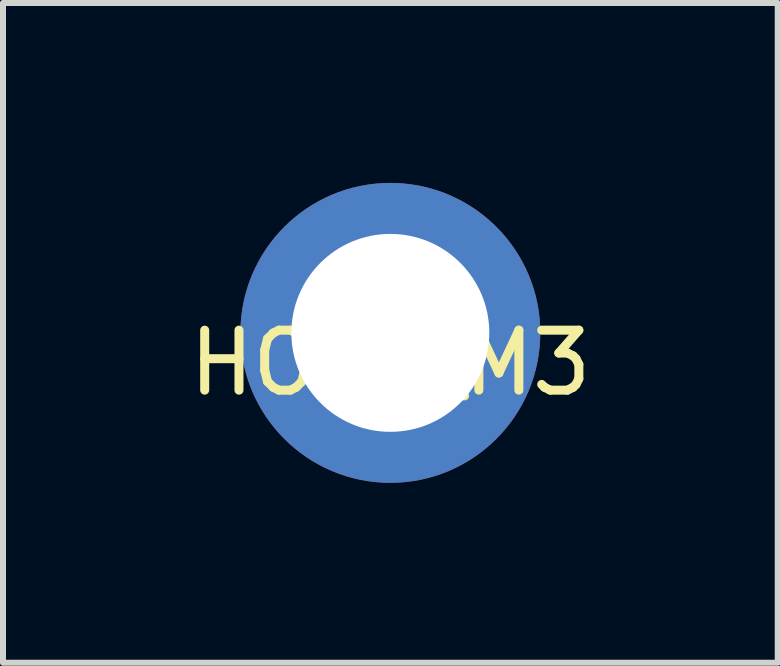
<source format=kicad_pcb>
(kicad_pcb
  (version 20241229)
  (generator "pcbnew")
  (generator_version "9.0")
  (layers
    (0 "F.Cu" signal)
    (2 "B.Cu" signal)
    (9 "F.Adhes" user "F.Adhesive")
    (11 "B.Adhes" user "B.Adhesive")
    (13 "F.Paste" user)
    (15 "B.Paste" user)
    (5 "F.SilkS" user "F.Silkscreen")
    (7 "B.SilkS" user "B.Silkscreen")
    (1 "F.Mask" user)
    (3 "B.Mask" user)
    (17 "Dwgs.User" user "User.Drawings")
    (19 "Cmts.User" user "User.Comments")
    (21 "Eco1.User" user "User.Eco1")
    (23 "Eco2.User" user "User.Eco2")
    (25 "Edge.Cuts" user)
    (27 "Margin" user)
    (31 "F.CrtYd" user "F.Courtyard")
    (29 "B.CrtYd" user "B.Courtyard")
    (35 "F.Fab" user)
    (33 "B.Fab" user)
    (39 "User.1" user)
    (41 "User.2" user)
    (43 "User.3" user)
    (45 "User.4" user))
  (footprint "HOLE_M3"
    (layer "F.Cu")
    (at 3.458 2.5)
    (property "Reference" "HOLE_M3" (at 0 0.5 0) (layer "F.SilkS") (effects (font (size 1 1) (thickness 0.15))))
    (attr through_hole)
    (pad "" thru_hole circle (at 0 0) (size 5 5) (drill 3.3) (layers "*.Cu")))
  (gr_rect
    (start -3 -3)
    (end 9.917 8)
    (stroke (width 0.1) (type default))
    (fill no)
    (layer "Edge.Cuts")))
</source>
